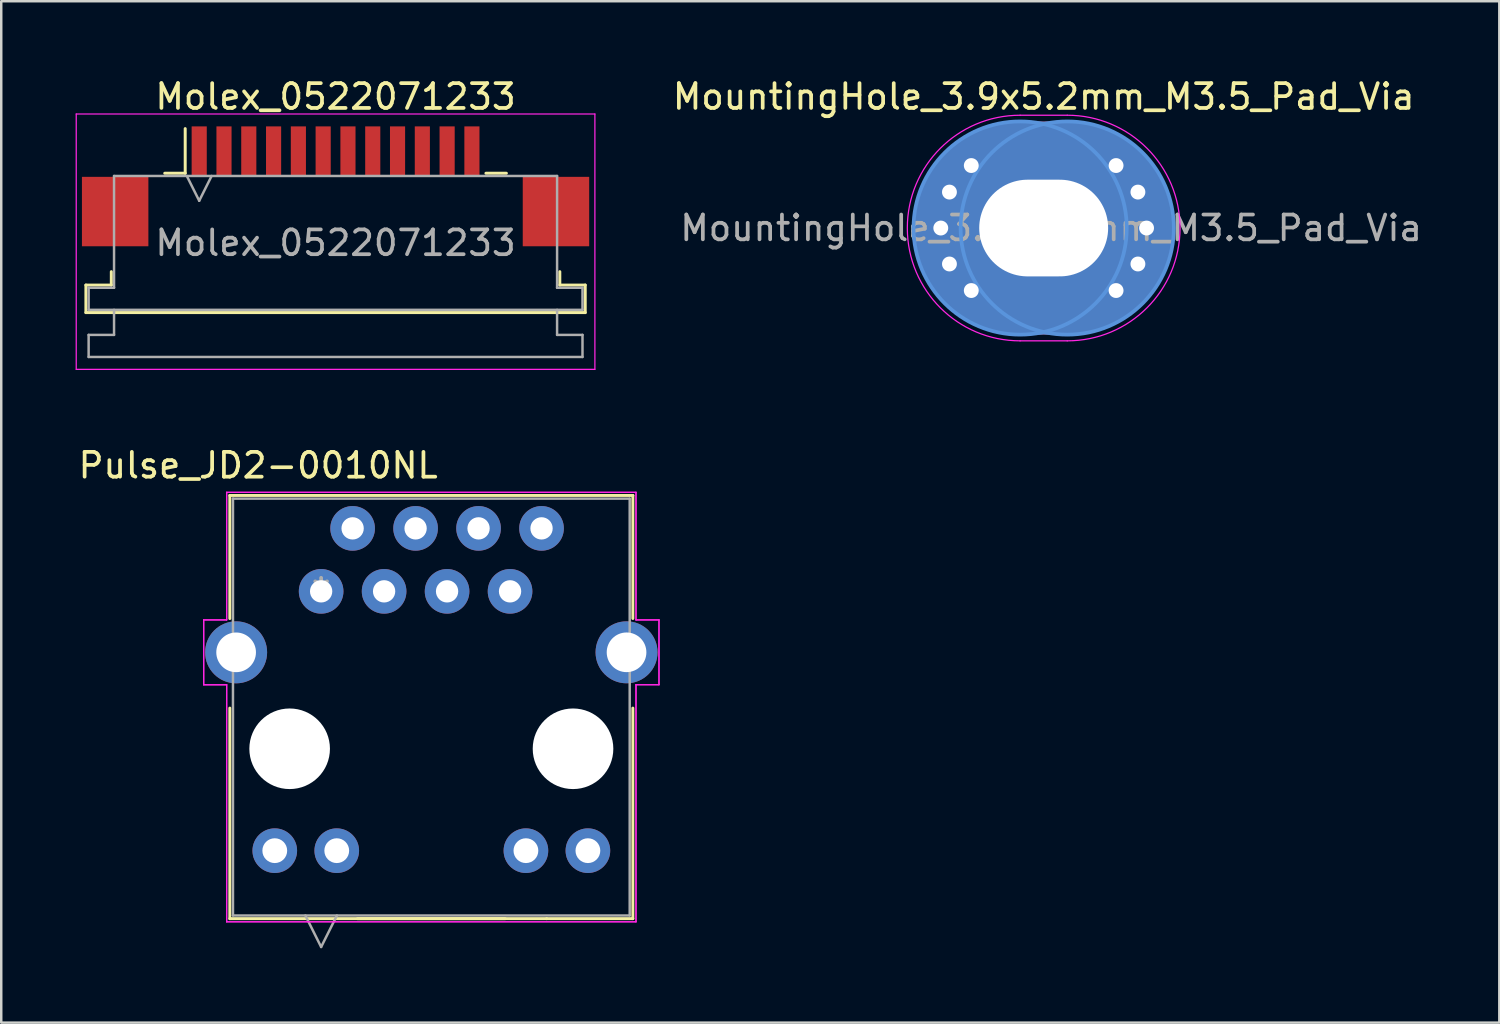
<source format=kicad_pcb>
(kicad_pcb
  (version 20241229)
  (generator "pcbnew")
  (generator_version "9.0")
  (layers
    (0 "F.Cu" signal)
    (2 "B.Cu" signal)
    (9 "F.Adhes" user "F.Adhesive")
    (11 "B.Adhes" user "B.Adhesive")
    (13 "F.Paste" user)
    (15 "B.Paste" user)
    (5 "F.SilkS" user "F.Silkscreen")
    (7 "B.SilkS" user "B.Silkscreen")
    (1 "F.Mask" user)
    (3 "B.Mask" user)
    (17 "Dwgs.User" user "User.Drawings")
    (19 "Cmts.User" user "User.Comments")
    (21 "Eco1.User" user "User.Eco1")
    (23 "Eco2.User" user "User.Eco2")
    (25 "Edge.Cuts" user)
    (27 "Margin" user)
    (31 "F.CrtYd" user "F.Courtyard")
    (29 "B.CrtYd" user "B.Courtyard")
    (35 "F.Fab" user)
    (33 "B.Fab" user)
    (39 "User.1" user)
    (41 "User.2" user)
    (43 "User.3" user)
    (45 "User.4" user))
  (footprint "MountingHole_3.9x5.2mm_M3.5_Pad_Via"
    (layer "F.Cu")
    (at 39.047 6.148)
    (property "Reference" "MountingHole_3.9x5.2mm_M3.5_Pad_Via" (at 0 -5.3 0) (layer "F.SilkS") (effects (font (size 1 1) (thickness 0.15))))
    (attr exclude_from_pos_files exclude_from_bom)
    (fp_circle (center -0.95 0) (end 3.35 0) (stroke (width 0.15) (type solid)) (fill no) (layer "Cmts.User"))
    (fp_circle (center 0.95 0) (end 5.25 0) (stroke (width 0.15) (type solid)) (fill no) (layer "Cmts.User"))
    (fp_line (start -0.95 -4.55) (end 0.95 -4.55) (stroke (width 0.05) (type solid)) (layer "F.CrtYd"))
    (fp_line (start 0.95 4.55) (end -0.95 4.55) (stroke (width 0.05) (type solid)) (layer "F.CrtYd"))
    (fp_arc (start -0.95 4.55) (mid -5.5 0) (end -0.95 -4.55) (stroke (width 0.05) (type solid)) (layer "F.CrtYd"))
    (fp_arc (start 0.95 -4.55) (mid 5.5 0) (end 0.95 4.55) (stroke (width 0.05) (type solid)) (layer "F.CrtYd"))
    (fp_text user "${REFERENCE}" (at 0.3 0 0) (layer "F.Fab") (effects (font (size 1 1) (thickness 0.15))))
    (pad "1" thru_hole circle (at -4.15 0) (size 0.9 0.9) (drill 0.6) (layers "*.Cu" "*.Mask"))
    (pad "1" thru_hole circle (at -3.801 -1.45) (size 0.9 0.9) (drill 0.6) (layers "*.Cu" "*.Mask"))
    (pad "1" thru_hole circle (at -3.801 1.45) (size 0.9 0.9) (drill 0.6) (layers "*.Cu" "*.Mask"))
    (pad "1" thru_hole circle (at -2.92 -2.521) (size 0.9 0.9) (drill 0.6) (layers "*.Cu" "*.Mask"))
    (pad "1" thru_hole circle (at -2.92 2.521) (size 0.9 0.9) (drill 0.6) (layers "*.Cu" "*.Mask"))
    (pad "1" thru_hole oval (at 0 0) (size 10.4 8.6) (drill oval 5.2 3.9) (layers "*.Cu" "*.Mask"))
    (pad "1" thru_hole circle (at 2.92 -2.521) (size 0.9 0.9) (drill 0.6) (layers "*.Cu" "*.Mask"))
    (pad "1" thru_hole circle (at 2.92 2.521) (size 0.9 0.9) (drill 0.6) (layers "*.Cu" "*.Mask"))
    (pad "1" thru_hole circle (at 3.801 -1.45) (size 0.9 0.9) (drill 0.6) (layers "*.Cu" "*.Mask"))
    (pad "1" thru_hole circle (at 3.801 1.45) (size 0.9 0.9) (drill 0.6) (layers "*.Cu" "*.Mask"))
    (pad "1" thru_hole circle (at 4.15 0) (size 0.9 0.9) (drill 0.6) (layers "*.Cu" "*.Mask")))
  (footprint "Pulse_JD2-0010NL"
    (layer "F.Cu")
    (at 9.903 20.802)
    (property "Reference" "Pulse_JD2-0010NL" (at -2.54 -5.08 0) (layer "F.SilkS") (effects (font (size 1 1) (thickness 0.15))))
    (attr through_hole)
    (fp_line (start -3.683 -3.867) (end -3.683 1.096) (stroke (width 0.12) (type solid)) (layer "F.SilkS"))
    (fp_line (start -3.683 4.71) (end -3.683 13.202) (stroke (width 0.12) (type solid)) (layer "F.SilkS"))
    (fp_line (start -3.683 13.202) (end 9.097 13.202) (stroke (width 0.12) (type solid)) (layer "F.SilkS"))
    (fp_line (start 1.467 13.202) (end 7.423 13.202) (stroke (width 0.12) (type solid)) (layer "F.SilkS"))
    (fp_line (start 9.097 13.202) (end 12.573 13.202) (stroke (width 0.12) (type solid)) (layer "F.SilkS"))
    (fp_line (start 12.573 -3.867) (end -3.683 -3.867) (stroke (width 0.12) (type solid)) (layer "F.SilkS"))
    (fp_line (start 12.573 1.095) (end 12.573 -3.867) (stroke (width 0.12) (type solid)) (layer "F.SilkS"))
    (fp_line (start 12.573 13.202) (end 12.573 4.71) (stroke (width 0.12) (type solid)) (layer "F.SilkS"))
    (fp_line (start -4.737 1.152) (end -4.737 3.768) (stroke (width 0.05) (type solid)) (layer "F.CrtYd"))
    (fp_line (start -4.737 1.152) (end -4.737 3.768) (stroke (width 0.05) (type solid)) (layer "F.CrtYd"))
    (fp_line (start -4.737 3.768) (end -3.81 3.768) (stroke (width 0.05) (type solid)) (layer "F.CrtYd"))
    (fp_line (start -4.737 3.768) (end -3.81 3.768) (stroke (width 0.05) (type solid)) (layer "F.CrtYd"))
    (fp_line (start -3.81 -3.994) (end -3.81 1.152) (stroke (width 0.05) (type solid)) (layer "F.CrtYd"))
    (fp_line (start -3.81 -3.994) (end -3.81 1.152) (stroke (width 0.05) (type solid)) (layer "F.CrtYd"))
    (fp_line (start -3.81 1.152) (end -4.737 1.152) (stroke (width 0.05) (type solid)) (layer "F.CrtYd"))
    (fp_line (start -3.81 1.152) (end -4.737 1.152) (stroke (width 0.05) (type solid)) (layer "F.CrtYd"))
    (fp_line (start -3.81 3.768) (end -3.81 13.329) (stroke (width 0.05) (type solid)) (layer "F.CrtYd"))
    (fp_line (start -3.81 3.768) (end -3.81 13.329) (stroke (width 0.05) (type solid)) (layer "F.CrtYd"))
    (fp_line (start -3.81 13.329) (end 12.7 13.329) (stroke (width 0.05) (type solid)) (layer "F.CrtYd"))
    (fp_line (start -3.81 13.329) (end 12.7 13.329) (stroke (width 0.05) (type solid)) (layer "F.CrtYd"))
    (fp_line (start 12.7 -3.994) (end -3.81 -3.994) (stroke (width 0.05) (type solid)) (layer "F.CrtYd"))
    (fp_line (start 12.7 -3.994) (end -3.81 -3.994) (stroke (width 0.05) (type solid)) (layer "F.CrtYd"))
    (fp_line (start 12.7 1.151) (end 12.7 -3.994) (stroke (width 0.05) (type solid)) (layer "F.CrtYd"))
    (fp_line (start 12.7 1.151) (end 12.7 -3.994) (stroke (width 0.05) (type solid)) (layer "F.CrtYd"))
    (fp_line (start 12.7 3.767) (end 13.627 3.767) (stroke (width 0.05) (type solid)) (layer "F.CrtYd"))
    (fp_line (start 12.7 3.767) (end 13.627 3.767) (stroke (width 0.05) (type solid)) (layer "F.CrtYd"))
    (fp_line (start 12.7 13.329) (end 12.7 3.767) (stroke (width 0.05) (type solid)) (layer "F.CrtYd"))
    (fp_line (start 12.7 13.329) (end 12.7 3.767) (stroke (width 0.05) (type solid)) (layer "F.CrtYd"))
    (fp_line (start 13.627 1.151) (end 12.7 1.151) (stroke (width 0.05) (type solid)) (layer "F.CrtYd"))
    (fp_line (start 13.627 1.151) (end 12.7 1.151) (stroke (width 0.05) (type solid)) (layer "F.CrtYd"))
    (fp_line (start 13.627 3.767) (end 13.627 1.151) (stroke (width 0.05) (type solid)) (layer "F.CrtYd"))
    (fp_line (start 13.627 3.767) (end 13.627 1.151) (stroke (width 0.05) (type solid)) (layer "F.CrtYd"))
    (fp_line (start -3.556 -3.74) (end -3.556 13.075) (stroke (width 0.1) (type solid)) (layer "F.Fab"))
    (fp_line (start -3.556 13.075) (end 12.446 13.075) (stroke (width 0.1) (type solid)) (layer "F.Fab"))
    (fp_line (start -0.635 13.075) (end 0 14.345) (stroke (width 0.1) (type solid)) (layer "F.Fab"))
    (fp_line (start 0.635 13.075) (end 0 14.345) (stroke (width 0.1) (type solid)) (layer "F.Fab"))
    (fp_line (start 12.446 -3.74) (end -3.556 -3.74) (stroke (width 0.1) (type solid)) (layer "F.Fab"))
    (fp_line (start 12.446 13.075) (end 12.446 -3.74) (stroke (width 0.1) (type solid)) (layer "F.Fab"))
    (fp_text user "*" (at 0 0 0) (layer "F.Fab") (effects (font (size 1 1) (thickness 0.15))))
    (pad "" np_thru_hole circle (at -1.27 6.35) (size 3.251 3.251) (drill 3.251) (layers "*.Cu" "*.Mask"))
    (pad "" np_thru_hole circle (at 10.16 6.35) (size 3.251 3.251) (drill 3.251) (layers "*.Cu" "*.Mask"))
    (pad "13" thru_hole circle (at -3.429 2.46) (size 2.5 2.5) (drill 1.6) (layers "*.Cu" "*.Mask"))
    (pad "13" thru_hole circle (at 12.319 2.459) (size 2.5 2.5) (drill 1.6) (layers "*.Cu" "*.Mask"))
    (pad "L1" thru_hole circle (at -1.87 10.46) (size 1.8 1.8) (drill 1) (layers "*.Cu" "*.Mask"))
    (pad "L2" thru_hole circle (at 0.63 10.46) (size 1.8 1.8) (drill 1) (layers "*.Cu" "*.Mask"))
    (pad "L3" thru_hole circle (at 10.76 10.46) (size 1.8 1.8) (drill 1) (layers "*.Cu" "*.Mask"))
    (pad "L4" thru_hole circle (at 8.26 10.46) (size 1.8 1.8) (drill 1) (layers "*.Cu" "*.Mask"))
    (pad "R1" thru_hole circle (at 0 0) (size 1.8 1.8) (drill 0.9) (layers "*.Cu" "*.Mask"))
    (pad "R2" thru_hole circle (at 1.27 -2.54) (size 1.8 1.8) (drill 0.9) (layers "*.Cu" "*.Mask"))
    (pad "R3" thru_hole circle (at 2.54 0) (size 1.8 1.8) (drill 0.9) (layers "*.Cu" "*.Mask"))
    (pad "R4" thru_hole circle (at 3.81 -2.54) (size 1.8 1.8) (drill 0.9) (layers "*.Cu" "*.Mask"))
    (pad "R5" thru_hole circle (at 5.08 0) (size 1.8 1.8) (drill 0.9) (layers "*.Cu" "*.Mask"))
    (pad "R6" thru_hole circle (at 6.35 -2.54) (size 1.8 1.8) (drill 0.9) (layers "*.Cu" "*.Mask"))
    (pad "R7" thru_hole circle (at 7.62 0) (size 1.8 1.8) (drill 0.9) (layers "*.Cu" "*.Mask"))
    (pad "R8" thru_hole circle (at 8.89 -2.54) (size 1.8 1.8) (drill 0.9) (layers "*.Cu" "*.Mask")))
  (footprint "Molex_0522071233"
    (layer "F.Cu")
    (at 10.485 4.848)
    (property "Reference" "Molex_0522071233" (at 0 -4 0) (layer "F.SilkS") (effects (font (size 1 1) (thickness 0.15))))
    (attr smd)
    (fp_line (start -10.07 3.6) (end -9.045 3.6) (stroke (width 0.12) (type solid)) (layer "F.SilkS"))
    (fp_line (start -10.07 4.71) (end -10.07 3.6) (stroke (width 0.12) (type solid)) (layer "F.SilkS"))
    (fp_line (start -9.045 3.6) (end -9.045 3.06) (stroke (width 0.12) (type solid)) (layer "F.SilkS"))
    (fp_line (start -6.89 -0.91) (end -6.065 -0.91) (stroke (width 0.12) (type solid)) (layer "F.SilkS"))
    (fp_line (start -6.065 -0.91) (end -6.065 -2.71) (stroke (width 0.12) (type solid)) (layer "F.SilkS"))
    (fp_line (start 6.065 -0.91) (end 6.89 -0.91) (stroke (width 0.12) (type solid)) (layer "F.SilkS"))
    (fp_line (start 9.045 3.06) (end 9.045 3.6) (stroke (width 0.12) (type solid)) (layer "F.SilkS"))
    (fp_line (start 9.045 3.6) (end 10.07 3.6) (stroke (width 0.12) (type solid)) (layer "F.SilkS"))
    (fp_line (start 10.07 3.6) (end 10.07 4.71) (stroke (width 0.12) (type solid)) (layer "F.SilkS"))
    (fp_line (start 10.07 4.71) (end -10.07 4.71) (stroke (width 0.12) (type solid)) (layer "F.SilkS"))
    (fp_line (start -10.46 -3.3) (end -10.46 7) (stroke (width 0.05) (type solid)) (layer "F.CrtYd"))
    (fp_line (start -10.46 7) (end 10.46 7) (stroke (width 0.05) (type solid)) (layer "F.CrtYd"))
    (fp_line (start 10.46 -3.3) (end -10.46 -3.3) (stroke (width 0.05) (type solid)) (layer "F.CrtYd"))
    (fp_line (start 10.46 7) (end 10.46 -3.3) (stroke (width 0.05) (type solid)) (layer "F.CrtYd"))
    (fp_line (start -9.96 3.71) (end -8.935 3.71) (stroke (width 0.1) (type solid)) (layer "F.Fab"))
    (fp_line (start -9.96 4.6) (end -9.96 3.71) (stroke (width 0.1) (type solid)) (layer "F.Fab"))
    (fp_line (start -9.96 5.61) (end -8.935 5.61) (stroke (width 0.1) (type solid)) (layer "F.Fab"))
    (fp_line (start -9.96 6.5) (end -9.96 5.61) (stroke (width 0.1) (type solid)) (layer "F.Fab"))
    (fp_line (start -8.935 -0.8) (end 8.935 -0.8) (stroke (width 0.1) (type solid)) (layer "F.Fab"))
    (fp_line (start -8.935 3.71) (end -8.935 -0.8) (stroke (width 0.1) (type solid)) (layer "F.Fab"))
    (fp_line (start -8.935 5.61) (end -8.935 4.6) (stroke (width 0.1) (type solid)) (layer "F.Fab"))
    (fp_line (start -6 -0.8) (end -5.5 0.2) (stroke (width 0.1) (type solid)) (layer "F.Fab"))
    (fp_line (start -5.5 0.2) (end -5 -0.8) (stroke (width 0.1) (type solid)) (layer "F.Fab"))
    (fp_line (start 8.935 -0.8) (end 8.935 3.71) (stroke (width 0.1) (type solid)) (layer "F.Fab"))
    (fp_line (start 8.935 3.71) (end 9.96 3.71) (stroke (width 0.1) (type solid)) (layer "F.Fab"))
    (fp_line (start 8.935 4.6) (end 8.935 5.61) (stroke (width 0.1) (type solid)) (layer "F.Fab"))
    (fp_line (start 8.935 5.61) (end 9.96 5.61) (stroke (width 0.1) (type solid)) (layer "F.Fab"))
    (fp_line (start 9.96 3.71) (end 9.96 4.6) (stroke (width 0.1) (type solid)) (layer "F.Fab"))
    (fp_line (start 9.96 4.6) (end -9.96 4.6) (stroke (width 0.1) (type solid)) (layer "F.Fab"))
    (fp_line (start 9.96 5.61) (end 9.96 6.5) (stroke (width 0.1) (type solid)) (layer "F.Fab"))
    (fp_line (start 9.96 6.5) (end -9.96 6.5) (stroke (width 0.1) (type solid)) (layer "F.Fab"))
    (fp_text user "${REFERENCE}" (at 0 1.9 0) (layer "F.Fab") (effects (font (size 1 1) (thickness 0.15))))
    (pad "1" smd rect (at -5.5 -1.8) (size 0.61 2) (layers "F.Cu" "F.Mask" "F.Paste"))
    (pad "2" smd rect (at -4.5 -1.8) (size 0.61 2) (layers "F.Cu" "F.Mask" "F.Paste"))
    (pad "3" smd rect (at -3.5 -1.8) (size 0.61 2) (layers "F.Cu" "F.Mask" "F.Paste"))
    (pad "4" smd rect (at -2.5 -1.8) (size 0.61 2) (layers "F.Cu" "F.Mask" "F.Paste"))
    (pad "5" smd rect (at -1.5 -1.8) (size 0.61 2) (layers "F.Cu" "F.Mask" "F.Paste"))
    (pad "6" smd rect (at -0.5 -1.8) (size 0.61 2) (layers "F.Cu" "F.Mask" "F.Paste"))
    (pad "7" smd rect (at 0.5 -1.8) (size 0.61 2) (layers "F.Cu" "F.Mask" "F.Paste"))
    (pad "8" smd rect (at 1.5 -1.8) (size 0.61 2) (layers "F.Cu" "F.Mask" "F.Paste"))
    (pad "9" smd rect (at 2.5 -1.8) (size 0.61 2) (layers "F.Cu" "F.Mask" "F.Paste"))
    (pad "10" smd rect (at 3.5 -1.8) (size 0.61 2) (layers "F.Cu" "F.Mask" "F.Paste"))
    (pad "11" smd rect (at 4.5 -1.8) (size 0.61 2) (layers "F.Cu" "F.Mask" "F.Paste"))
    (pad "12" smd rect (at 5.5 -1.8) (size 0.61 2) (layers "F.Cu" "F.Mask" "F.Paste"))
    (pad "MP" smd rect (at -8.89 0.635) (size 2.68 2.8) (layers "F.Cu" "F.Mask" "F.Paste"))
    (pad "MP" smd rect (at 8.89 0.635) (size 2.68 2.8) (layers "F.Cu" "F.Mask" "F.Paste")))
  (gr_rect
    (start -3 -3)
    (end 57.425 38.197)
    (stroke (width 0.1) (type default))
    (fill no)
    (layer "Edge.Cuts")))
</source>
